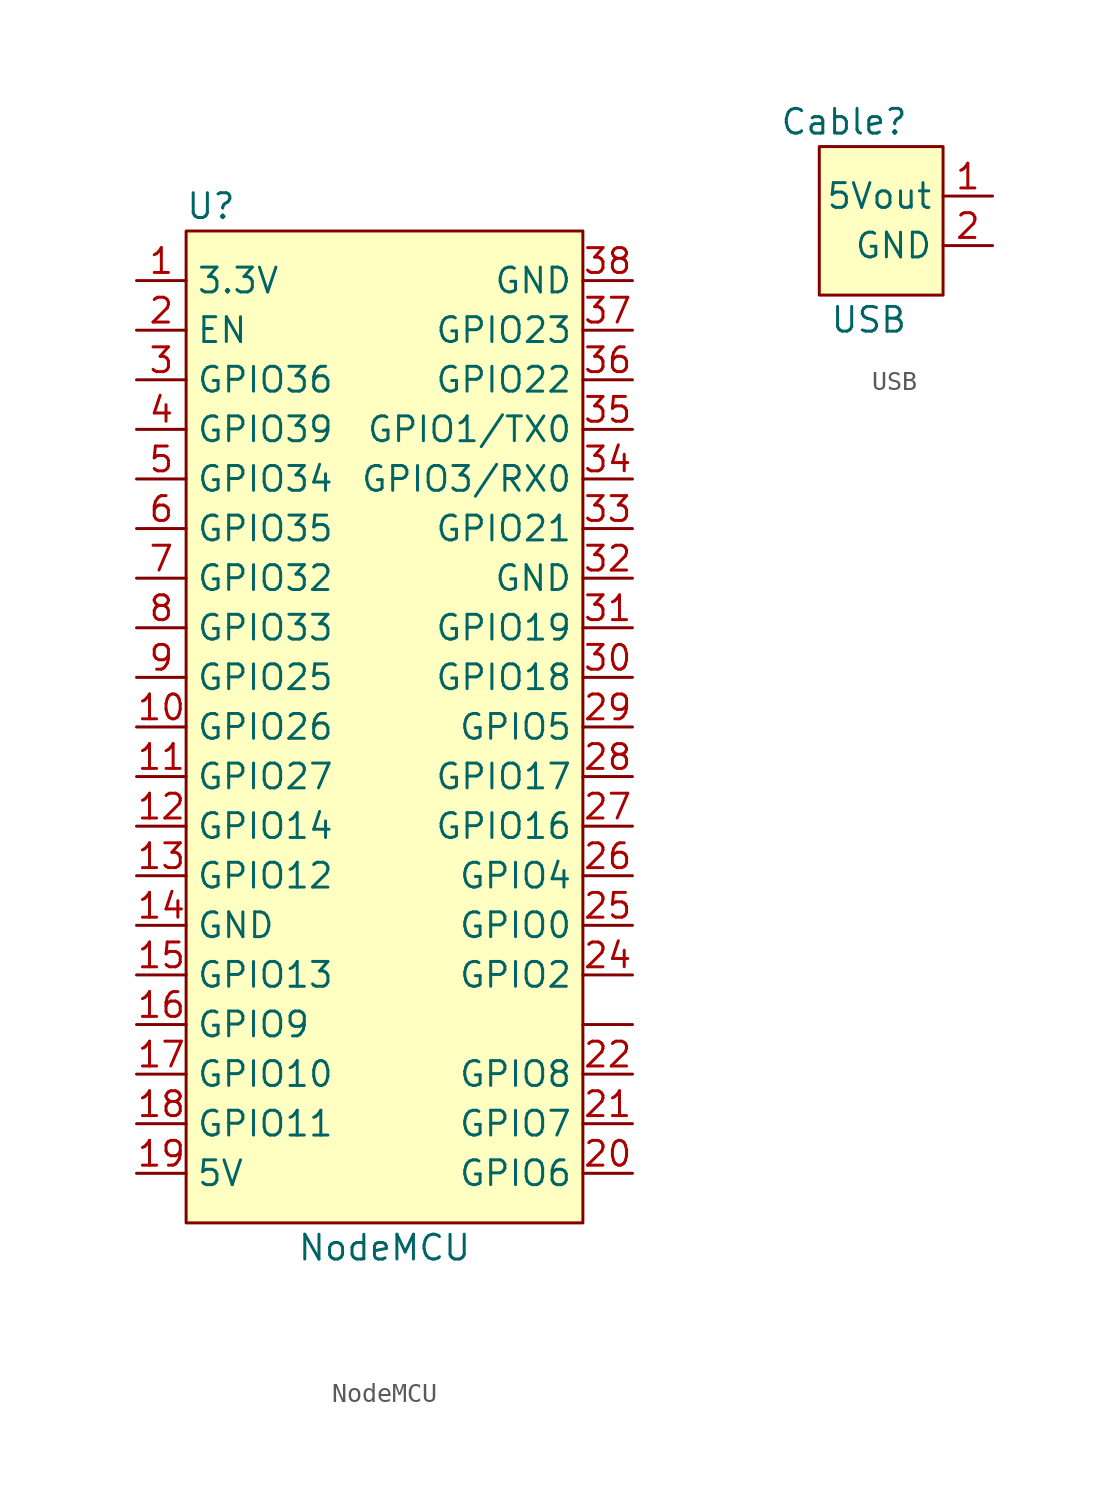
<source format=kicad_sym>
(kicad_symbol_lib
  (version 20211014)
  (generator kicad_symbol_editor)
  (symbol "NodeMCU"
    (property "Reference" "U"
      (at -10.16 27.94 0)
      (effects (font (size 1.27 1.27))))
    (property "Value" "NodeMCU"
      (at -1.27 -25.4 0)
      (effects (font (size 1.27 1.27))))
    (symbol "NodeMCU_0_1"
      (rectangle (start -11.43 26.67) (end 8.89 -24.13) (stroke (width 0) (type default) (color 0 0 0 0)) (fill (type background))))
    (symbol "NodeMCU_1_1"
      (pin bidirectional line (at 11.43 -13.97 180) (length 2.54) (name "" (effects (font (size 1.27 1.27)))) (number "" (effects (font (size 1.27 1.27)))))
      (pin power_in line (at -13.97 24.13 0) (length 2.54) (name "3.3V" (effects (font (size 1.27 1.27)))) (number "1" (effects (font (size 1.27 1.27)))))
      (pin bidirectional line (at -13.97 1.27 0) (length 2.54) (name "GPIO26" (effects (font (size 1.27 1.27)))) (number "10" (effects (font (size 1.27 1.27)))))
      (pin bidirectional line (at -13.97 -1.27 0) (length 2.54) (name "GPIO27" (effects (font (size 1.27 1.27)))) (number "11" (effects (font (size 1.27 1.27)))))
      (pin bidirectional line (at -13.97 -3.81 0) (length 2.54) (name "GPIO14" (effects (font (size 1.27 1.27)))) (number "12" (effects (font (size 1.27 1.27)))))
      (pin bidirectional line (at -13.97 -6.35 0) (length 2.54) (name "GPIO12" (effects (font (size 1.27 1.27)))) (number "13" (effects (font (size 1.27 1.27)))))
      (pin bidirectional line (at -13.97 -8.89 0) (length 2.54) (name "GND" (effects (font (size 1.27 1.27)))) (number "14" (effects (font (size 1.27 1.27)))))
      (pin bidirectional line (at -13.97 -11.43 0) (length 2.54) (name "GPIO13" (effects (font (size 1.27 1.27)))) (number "15" (effects (font (size 1.27 1.27)))))
      (pin bidirectional line (at -13.97 -13.97 0) (length 2.54) (name "GPIO9" (effects (font (size 1.27 1.27)))) (number "16" (effects (font (size 1.27 1.27)))))
      (pin bidirectional line (at -13.97 -16.51 0) (length 2.54) (name "GPIO10" (effects (font (size 1.27 1.27)))) (number "17" (effects (font (size 1.27 1.27)))))
      (pin bidirectional line (at -13.97 -19.05 0) (length 2.54) (name "GPIO11" (effects (font (size 1.27 1.27)))) (number "18" (effects (font (size 1.27 1.27)))))
      (pin bidirectional line (at -13.97 -21.59 0) (length 2.54) (name "5V" (effects (font (size 1.27 1.27)))) (number "19" (effects (font (size 1.27 1.27)))))
      (pin bidirectional line (at -13.97 21.59 0) (length 2.54) (name "EN" (effects (font (size 1.27 1.27)))) (number "2" (effects (font (size 1.27 1.27)))))
      (pin bidirectional line (at 11.43 -21.59 180) (length 2.54) (name "GPIO6" (effects (font (size 1.27 1.27)))) (number "20" (effects (font (size 1.27 1.27)))))
      (pin bidirectional line (at 11.43 -19.05 180) (length 2.54) (name "GPIO7" (effects (font (size 1.27 1.27)))) (number "21" (effects (font (size 1.27 1.27)))))
      (pin bidirectional line (at 11.43 -16.51 180) (length 2.54) (name "GPIO8" (effects (font (size 1.27 1.27)))) (number "22" (effects (font (size 1.27 1.27)))))
      (pin bidirectional line (at 11.43 -11.43 180) (length 2.54) (name "GPIO2" (effects (font (size 1.27 1.27)))) (number "24" (effects (font (size 1.27 1.27)))))
      (pin bidirectional line (at 11.43 -8.89 180) (length 2.54) (name "GPIO0" (effects (font (size 1.27 1.27)))) (number "25" (effects (font (size 1.27 1.27)))))
      (pin bidirectional line (at 11.43 -6.35 180) (length 2.54) (name "GPIO4" (effects (font (size 1.27 1.27)))) (number "26" (effects (font (size 1.27 1.27)))))
      (pin bidirectional line (at 11.43 -3.81 180) (length 2.54) (name "GPIO16" (effects (font (size 1.27 1.27)))) (number "27" (effects (font (size 1.27 1.27)))))
      (pin bidirectional line (at 11.43 -1.27 180) (length 2.54) (name "GPIO17" (effects (font (size 1.27 1.27)))) (number "28" (effects (font (size 1.27 1.27)))))
      (pin bidirectional line (at 11.43 1.27 180) (length 2.54) (name "GPIO5" (effects (font (size 1.27 1.27)))) (number "29" (effects (font (size 1.27 1.27)))))
      (pin bidirectional line (at -13.97 19.05 0) (length 2.54) (name "GPIO36" (effects (font (size 1.27 1.27)))) (number "3" (effects (font (size 1.27 1.27)))))
      (pin bidirectional line (at 11.43 3.81 180) (length 2.54) (name "GPIO18" (effects (font (size 1.27 1.27)))) (number "30" (effects (font (size 1.27 1.27)))))
      (pin bidirectional line (at 11.43 6.35 180) (length 2.54) (name "GPIO19" (effects (font (size 1.27 1.27)))) (number "31" (effects (font (size 1.27 1.27)))))
      (pin bidirectional line (at 11.43 8.89 180) (length 2.54) (name "GND" (effects (font (size 1.27 1.27)))) (number "32" (effects (font (size 1.27 1.27)))))
      (pin bidirectional line (at 11.43 11.43 180) (length 2.54) (name "GPIO21" (effects (font (size 1.27 1.27)))) (number "33" (effects (font (size 1.27 1.27)))))
      (pin bidirectional line (at 11.43 13.97 180) (length 2.54) (name "GPIO3/RX0" (effects (font (size 1.27 1.27)))) (number "34" (effects (font (size 1.27 1.27)))))
      (pin bidirectional line (at 11.43 16.51 180) (length 2.54) (name "GPIO1/TX0" (effects (font (size 1.27 1.27)))) (number "35" (effects (font (size 1.27 1.27)))))
      (pin bidirectional line (at 11.43 19.05 180) (length 2.54) (name "GPIO22" (effects (font (size 1.27 1.27)))) (number "36" (effects (font (size 1.27 1.27)))))
      (pin bidirectional line (at 11.43 21.59 180) (length 2.54) (name "GPIO23" (effects (font (size 1.27 1.27)))) (number "37" (effects (font (size 1.27 1.27)))))
      (pin bidirectional line (at 11.43 24.13 180) (length 2.54) (name "GND" (effects (font (size 1.27 1.27)))) (number "38" (effects (font (size 1.27 1.27)))))
      (pin power_in line (at -13.97 16.51 0) (length 2.54) (name "GPIO39" (effects (font (size 1.27 1.27)))) (number "4" (effects (font (size 1.27 1.27)))))
      (pin bidirectional line (at -13.97 13.97 0) (length 2.54) (name "GPIO34" (effects (font (size 1.27 1.27)))) (number "5" (effects (font (size 1.27 1.27)))))
      (pin bidirectional line (at -13.97 11.43 0) (length 2.54) (name "GPIO35" (effects (font (size 1.27 1.27)))) (number "6" (effects (font (size 1.27 1.27)))))
      (pin bidirectional line (at -13.97 8.89 0) (length 2.54) (name "GPIO32" (effects (font (size 1.27 1.27)))) (number "7" (effects (font (size 1.27 1.27)))))
      (pin bidirectional line (at -13.97 6.35 0) (length 2.54) (name "GPIO33" (effects (font (size 1.27 1.27)))) (number "8" (effects (font (size 1.27 1.27)))))
      (pin bidirectional line (at -13.97 3.81 0) (length 2.54) (name "GPIO25" (effects (font (size 1.27 1.27)))) (number "9" (effects (font (size 1.27 1.27)))))))
  (symbol "USB"
    (property "Reference" "Cable"
      (at -3.81 3.81 0)
      (effects (font (size 1.27 1.27))))
    (property "Value" "USB"
      (at -2.54 -6.35 0)
      (effects (font (size 1.27 1.27))))
    (symbol "USB_0_0"
      (rectangle (start 1.27 -5.08) (end -5.08 2.54) (stroke (width 0) (type default) (color 0 0 0 0)) (fill (type background))))
    (symbol "USB_1_1"
      (pin bidirectional line (at 3.81 0 180) (length 2.54) (name "5Vout" (effects (font (size 1.27 1.27)))) (number "1" (effects (font (size 1.27 1.27)))))
      (pin bidirectional line (at 3.81 -2.54 180) (length 2.54) (name "GND" (effects (font (size 1.27 1.27)))) (number "2" (effects (font (size 1.27 1.27))))))))
</source>
